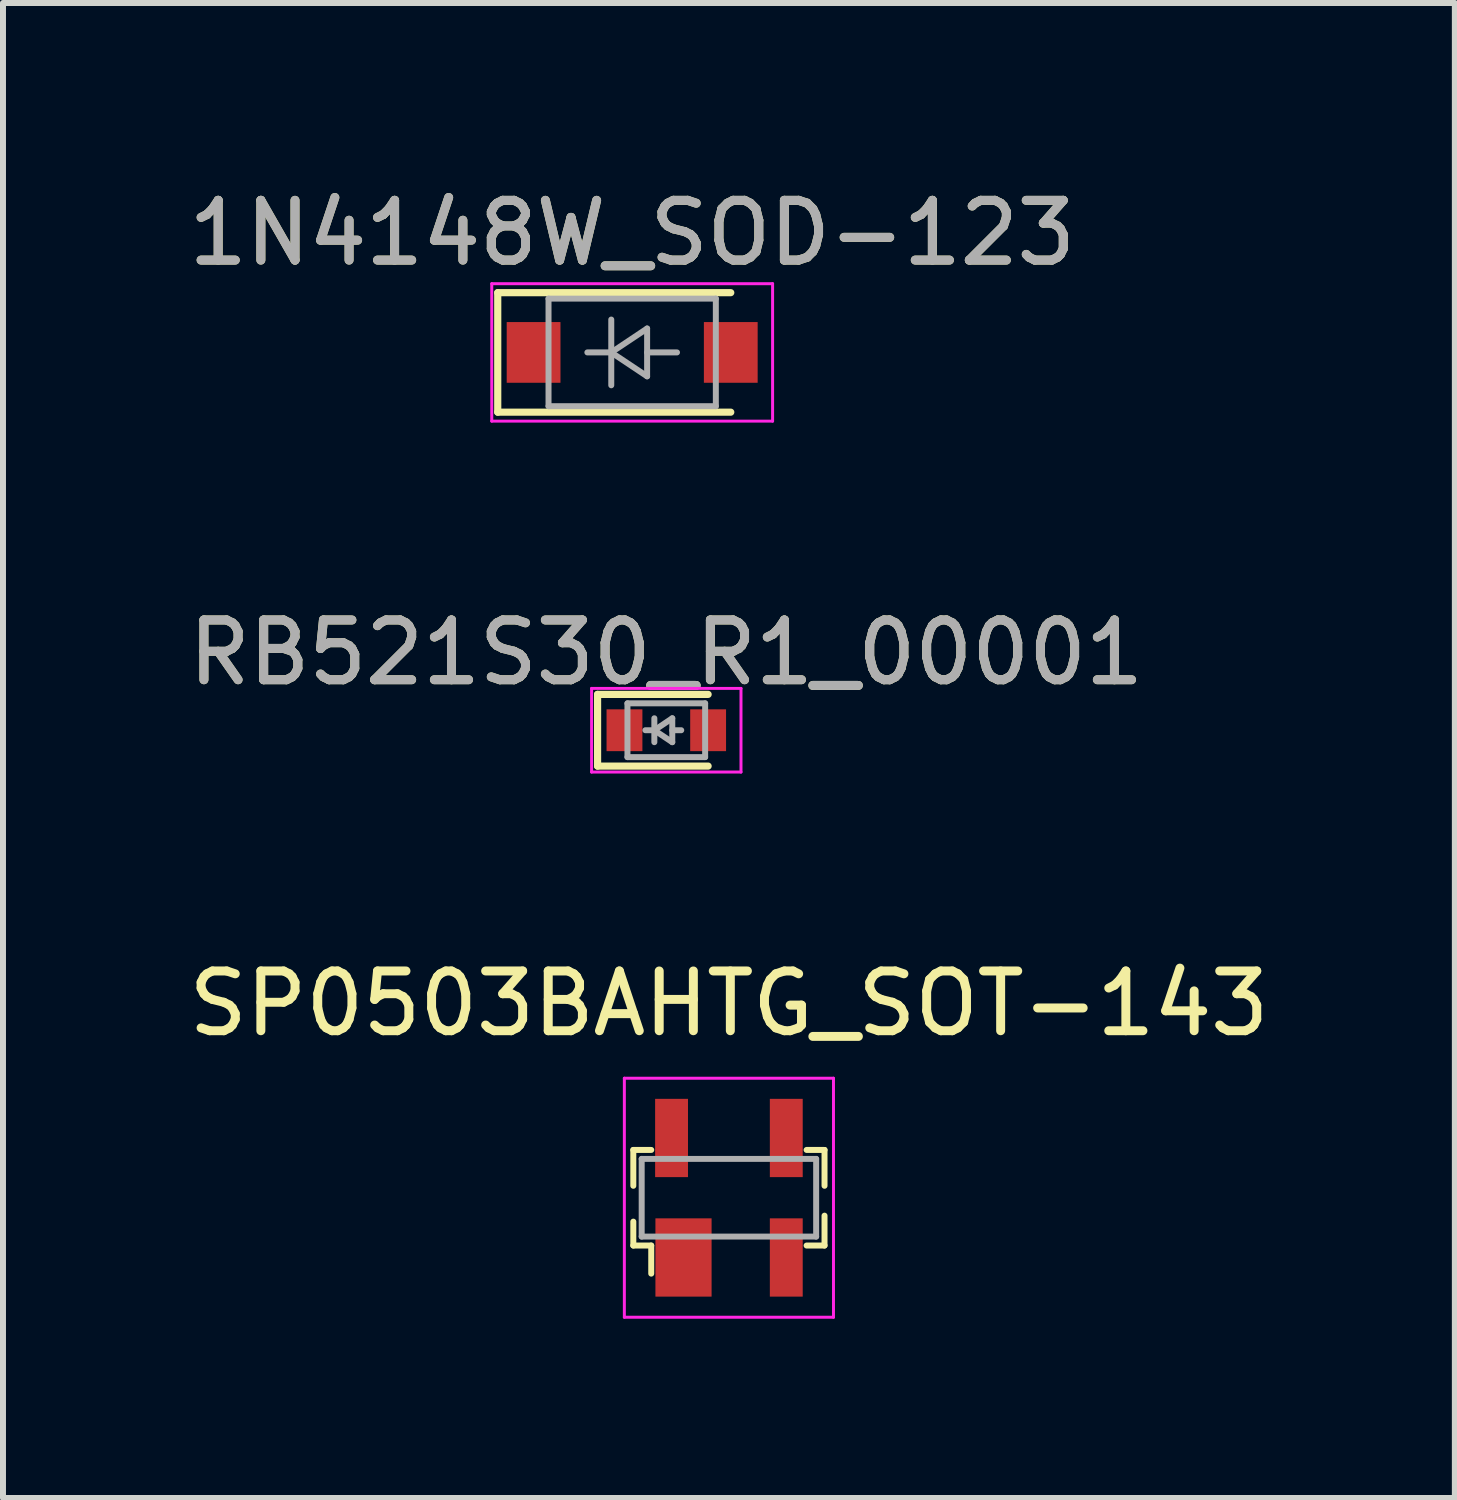
<source format=kicad_pcb>
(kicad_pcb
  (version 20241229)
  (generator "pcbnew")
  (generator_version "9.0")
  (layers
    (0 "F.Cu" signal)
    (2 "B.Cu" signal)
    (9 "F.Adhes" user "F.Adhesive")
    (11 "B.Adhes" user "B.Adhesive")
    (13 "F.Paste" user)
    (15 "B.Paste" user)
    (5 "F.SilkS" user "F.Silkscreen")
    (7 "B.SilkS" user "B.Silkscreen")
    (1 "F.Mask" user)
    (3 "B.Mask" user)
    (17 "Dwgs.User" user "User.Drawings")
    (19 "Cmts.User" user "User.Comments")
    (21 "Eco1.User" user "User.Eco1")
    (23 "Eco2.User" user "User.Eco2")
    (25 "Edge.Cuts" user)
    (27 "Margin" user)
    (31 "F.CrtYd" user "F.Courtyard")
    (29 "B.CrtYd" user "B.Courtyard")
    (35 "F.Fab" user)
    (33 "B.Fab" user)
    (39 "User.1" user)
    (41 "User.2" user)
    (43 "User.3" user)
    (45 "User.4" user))
  (footprint "1N4148W_SOD-123"
    (layer "F.Cu")
    (at 7.53 2.848)
    (property "Reference" "1N4148W_SOD-123" (at 0 -2 0) (layer "F.SilkS") (effects (font (size 1 1) (thickness 0.15))))
    (attr smd)
    (fp_line (start -2.25 -1) (end -2.25 1) (stroke (width 0.12) (type solid)) (layer "F.SilkS"))
    (fp_line (start -2.25 -1) (end 1.65 -1) (stroke (width 0.12) (type solid)) (layer "F.SilkS"))
    (fp_line (start -2.25 1) (end 1.65 1) (stroke (width 0.12) (type solid)) (layer "F.SilkS"))
    (fp_line (start -2.35 -1.15) (end -2.35 1.15) (stroke (width 0.05) (type solid)) (layer "F.CrtYd"))
    (fp_line (start -2.35 -1.15) (end 2.35 -1.15) (stroke (width 0.05) (type solid)) (layer "F.CrtYd"))
    (fp_line (start 2.35 -1.15) (end 2.35 1.15) (stroke (width 0.05) (type solid)) (layer "F.CrtYd"))
    (fp_line (start 2.35 1.15) (end -2.35 1.15) (stroke (width 0.05) (type solid)) (layer "F.CrtYd"))
    (fp_line (start -1.4 -0.9) (end 1.4 -0.9) (stroke (width 0.1) (type solid)) (layer "F.Fab"))
    (fp_line (start -1.4 0.9) (end -1.4 -0.9) (stroke (width 0.1) (type solid)) (layer "F.Fab"))
    (fp_line (start -0.75 0) (end -0.35 0) (stroke (width 0.1) (type solid)) (layer "F.Fab"))
    (fp_line (start -0.35 0) (end -0.35 -0.55) (stroke (width 0.1) (type solid)) (layer "F.Fab"))
    (fp_line (start -0.35 0) (end -0.35 0.55) (stroke (width 0.1) (type solid)) (layer "F.Fab"))
    (fp_line (start -0.35 0) (end 0.25 -0.4) (stroke (width 0.1) (type solid)) (layer "F.Fab"))
    (fp_line (start 0.25 -0.4) (end 0.25 0.4) (stroke (width 0.1) (type solid)) (layer "F.Fab"))
    (fp_line (start 0.25 0) (end 0.75 0) (stroke (width 0.1) (type solid)) (layer "F.Fab"))
    (fp_line (start 0.25 0.4) (end -0.35 0) (stroke (width 0.1) (type solid)) (layer "F.Fab"))
    (fp_line (start 1.4 -0.9) (end 1.4 0.9) (stroke (width 0.1) (type solid)) (layer "F.Fab"))
    (fp_line (start 1.4 0.9) (end -1.4 0.9) (stroke (width 0.1) (type solid)) (layer "F.Fab"))
    (fp_text user "${REFERENCE}" (at 0 -2 0) (layer "F.Fab") (effects (font (size 1 1) (thickness 0.15))))
    (pad "1" smd rect (at -1.65 0) (size 0.9 1.016) (layers "F.Cu" "F.Mask" "F.Paste"))
    (pad "2" smd rect (at 1.65 0) (size 0.9 1.016) (layers "F.Cu" "F.Mask" "F.Paste")))
  (footprint "SP0503BAHTG_SOT-143"
    (layer "F.Cu")
    (at 9.149 16.995)
    (property "Reference" "SP0503BAHTG_SOT-143" (at 0 -3.25 0) (layer "F.SilkS") (effects (font (size 1 1) (thickness 0.15))))
    (attr smd)
    (fp_line (start -1.6 -0.8) (end -1.6 -0.2) (stroke (width 0.1) (type solid)) (layer "F.SilkS"))
    (fp_line (start -1.6 0.8) (end -1.6 0.4) (stroke (width 0.1) (type solid)) (layer "F.SilkS"))
    (fp_line (start -1.3 -0.8) (end -1.6 -0.8) (stroke (width 0.1) (type solid)) (layer "F.SilkS"))
    (fp_line (start -1.3 0.8) (end -1.6 0.8) (stroke (width 0.1) (type solid)) (layer "F.SilkS"))
    (fp_line (start -1.3 0.8) (end -1.3 1.27) (stroke (width 0.1) (type solid)) (layer "F.SilkS"))
    (fp_line (start 1.3 -0.8) (end 1.6 -0.8) (stroke (width 0.1) (type solid)) (layer "F.SilkS"))
    (fp_line (start 1.3 0.8) (end 1.6 0.8) (stroke (width 0.1) (type solid)) (layer "F.SilkS"))
    (fp_line (start 1.6 -0.8) (end 1.6 -0.2) (stroke (width 0.1) (type solid)) (layer "F.SilkS"))
    (fp_line (start 1.6 0.8) (end 1.6 0.3) (stroke (width 0.1) (type solid)) (layer "F.SilkS"))
    (fp_line (start -1.75 -2) (end -1.75 2) (stroke (width 0.05) (type solid)) (layer "F.CrtYd"))
    (fp_line (start 1.75 -2) (end -1.75 -2) (stroke (width 0.05) (type solid)) (layer "F.CrtYd"))
    (fp_line (start 1.75 -2) (end 1.75 2) (stroke (width 0.05) (type solid)) (layer "F.CrtYd"))
    (fp_line (start 1.75 2) (end -1.75 2) (stroke (width 0.05) (type solid)) (layer "F.CrtYd"))
    (fp_line (start -1.46 0.65) (end -1.46 -0.65) (stroke (width 0.1) (type solid)) (layer "F.Fab"))
    (fp_line (start -1.46 0.65) (end 1.46 0.65) (stroke (width 0.1) (type solid)) (layer "F.Fab"))
    (fp_line (start 1.46 -0.65) (end -1.46 -0.65) (stroke (width 0.1) (type solid)) (layer "F.Fab"))
    (fp_line (start 1.46 -0.65) (end 1.46 0.65) (stroke (width 0.1) (type solid)) (layer "F.Fab"))
    (pad "1" smd rect (at -0.76 1) (size 0.94 1.31) (layers "F.Cu" "F.Mask" "F.Paste"))
    (pad "2" smd rect (at 0.96 1) (size 0.55 1.31) (layers "F.Cu" "F.Mask" "F.Paste"))
    (pad "3" smd rect (at 0.96 -1) (size 0.55 1.31) (layers "F.Cu" "F.Mask" "F.Paste"))
    (pad "4" smd rect (at -0.96 -1) (size 0.55 1.31) (layers "F.Cu" "F.Mask" "F.Paste")))
  (footprint "RB521S30_R1_00001"
    (layer "F.Cu")
    (at 8.101 9.171)
    (property "Reference" "RB521S30_R1_00001" (at 0 -1.3 0) (layer "F.SilkS") (effects (font (size 1 1) (thickness 0.15))))
    (attr smd)
    (fp_line (start -1.15 -0.6) (end -1.15 0.6) (stroke (width 0.12) (type solid)) (layer "F.SilkS"))
    (fp_line (start 0.7 -0.6) (end -1.15 -0.6) (stroke (width 0.12) (type solid)) (layer "F.SilkS"))
    (fp_line (start 0.7 0.6) (end -1.15 0.6) (stroke (width 0.12) (type solid)) (layer "F.SilkS"))
    (fp_line (start -1.25 -0.7) (end 1.25 -0.7) (stroke (width 0.05) (type solid)) (layer "F.CrtYd"))
    (fp_line (start -1.25 0.7) (end -1.25 -0.7) (stroke (width 0.05) (type solid)) (layer "F.CrtYd"))
    (fp_line (start 1.25 -0.7) (end 1.25 0.7) (stroke (width 0.05) (type solid)) (layer "F.CrtYd"))
    (fp_line (start 1.25 0.7) (end -1.25 0.7) (stroke (width 0.05) (type solid)) (layer "F.CrtYd"))
    (fp_line (start -0.65 -0.45) (end 0.65 -0.45) (stroke (width 0.1) (type solid)) (layer "F.Fab"))
    (fp_line (start -0.65 0.45) (end -0.65 -0.45) (stroke (width 0.1) (type solid)) (layer "F.Fab"))
    (fp_line (start -0.2 0) (end -0.35 0) (stroke (width 0.1) (type solid)) (layer "F.Fab"))
    (fp_line (start -0.2 0) (end 0.1 0.2) (stroke (width 0.1) (type solid)) (layer "F.Fab"))
    (fp_line (start -0.2 0.2) (end -0.2 -0.2) (stroke (width 0.1) (type solid)) (layer "F.Fab"))
    (fp_line (start 0.1 -0.2) (end -0.2 0) (stroke (width 0.1) (type solid)) (layer "F.Fab"))
    (fp_line (start 0.1 0) (end 0.25 0) (stroke (width 0.1) (type solid)) (layer "F.Fab"))
    (fp_line (start 0.1 0.2) (end 0.1 -0.2) (stroke (width 0.1) (type solid)) (layer "F.Fab"))
    (fp_line (start 0.65 -0.45) (end 0.65 0.45) (stroke (width 0.1) (type solid)) (layer "F.Fab"))
    (fp_line (start 0.65 0.45) (end -0.65 0.45) (stroke (width 0.1) (type solid)) (layer "F.Fab"))
    (fp_text user "${REFERENCE}" (at 0 -1.3 0) (layer "F.Fab") (effects (font (size 1 1) (thickness 0.15))))
    (pad "1" smd rect (at -0.7 0 180) (size 0.6 0.7) (layers "F.Cu" "F.Mask" "F.Paste"))
    (pad "2" smd rect (at 0.7 0 180) (size 0.6 0.7) (layers "F.Cu" "F.Mask" "F.Paste")))
  (gr_rect
    (start -3 -3)
    (end 21.298 22.02)
    (stroke (width 0.1) (type default))
    (fill no)
    (layer "Edge.Cuts")))
</source>
